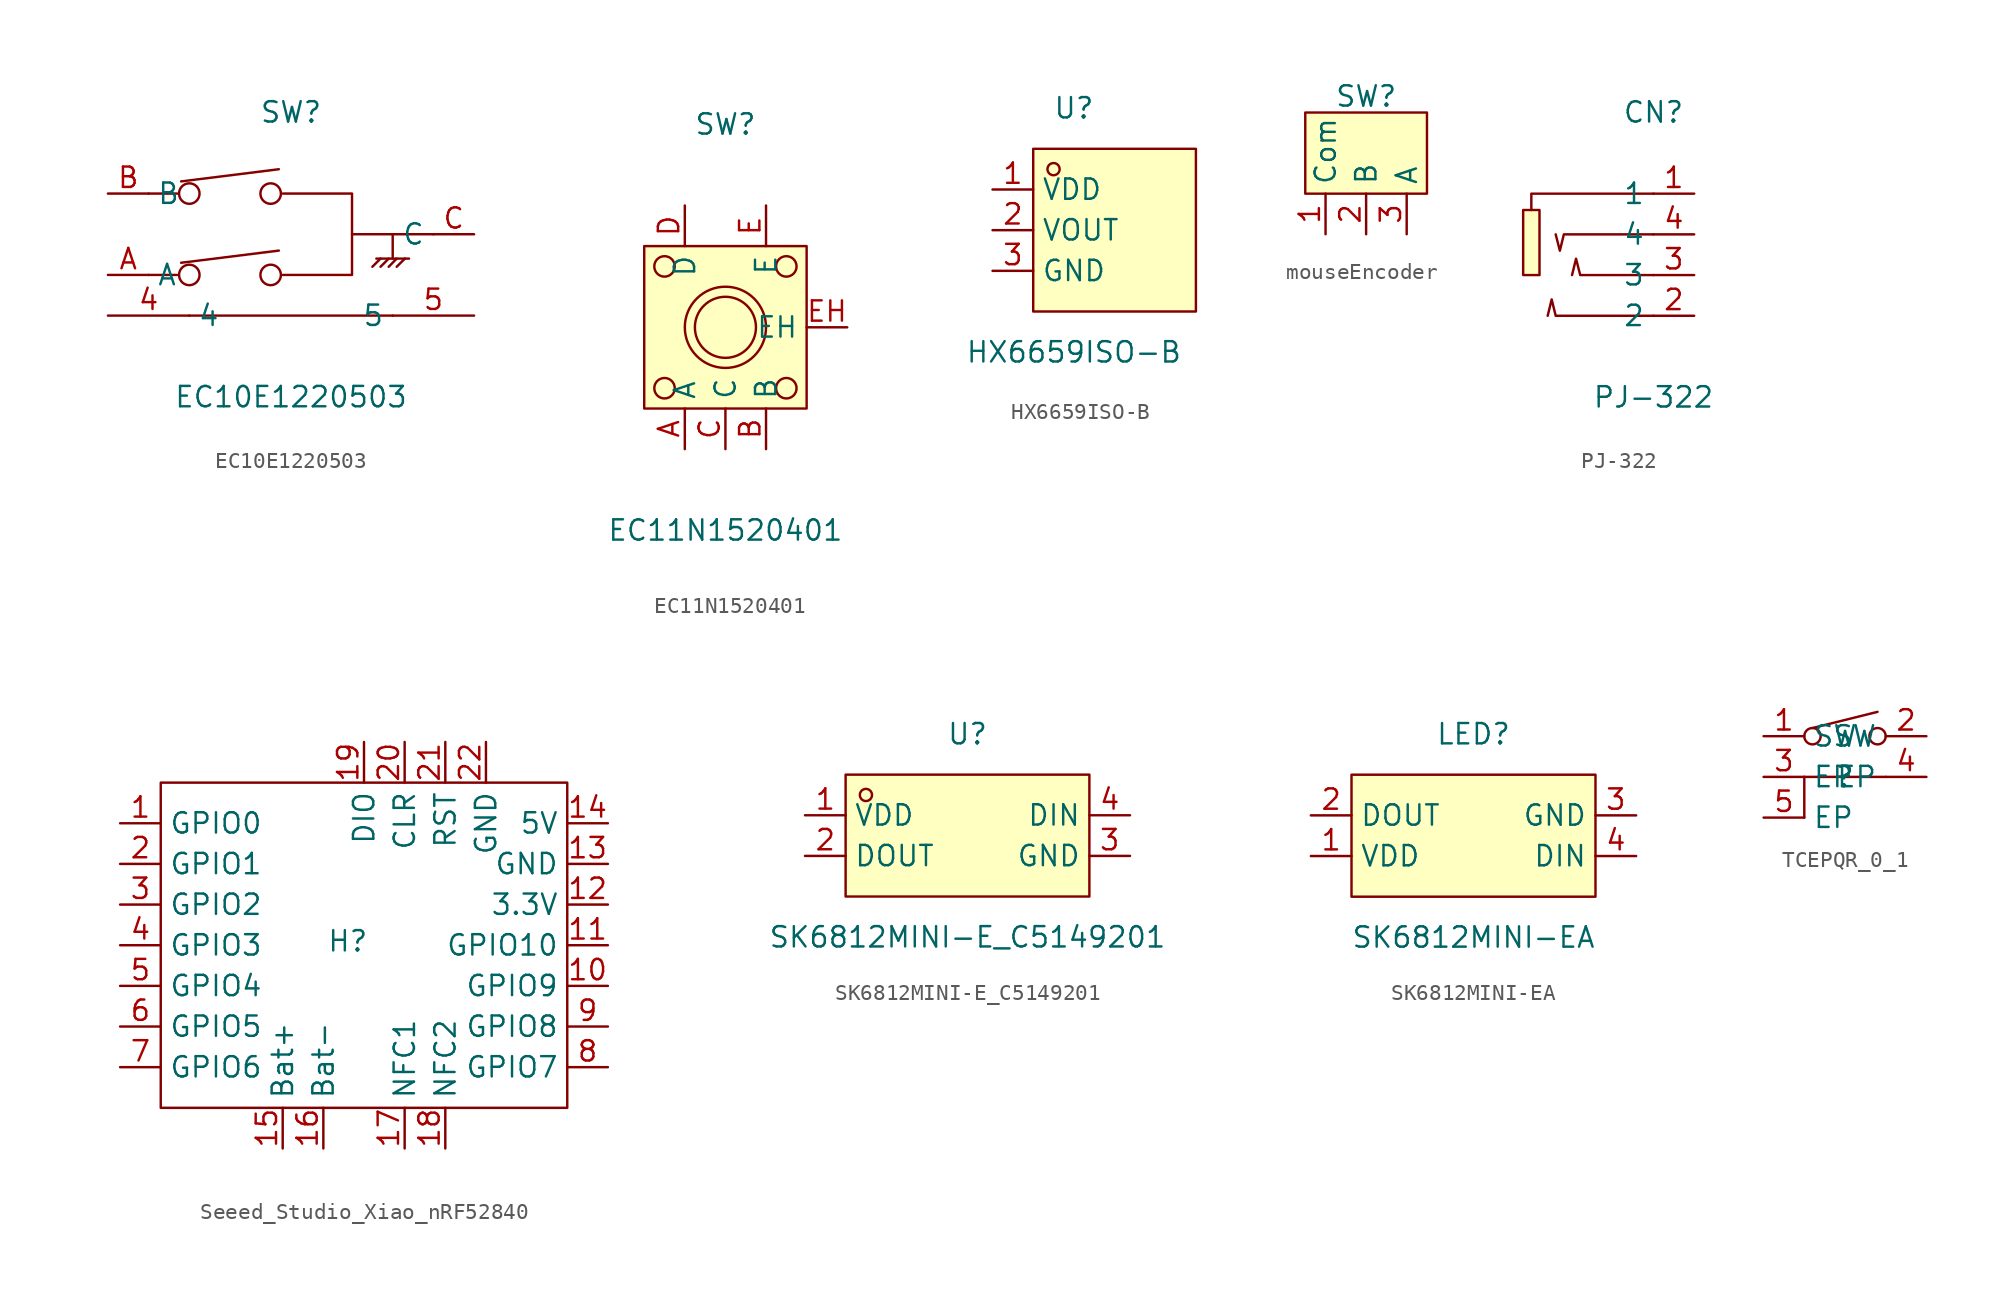
<source format=kicad_sym>
(kicad_symbol_lib
  (version 20241209)
  (generator "kicad_symbol_editor")
  (generator_version "9.0")
  (symbol "EC10E1220503"
    (property "Reference" "SW"
      (at 0 7.62 0)
      (effects (font (size 1.27 1.27))))
    (property "Value" "EC10E1220503"
      (at 0 -10.16 0)
      (effects (font (size 1.27 1.27))))
    (symbol "EC10E1220503_0_1"
      (polyline (pts (xy -7.11 2.54) (xy -8.89 2.54)) (stroke (width 0) (type default)) (fill (type none)))
      (polyline (pts (xy -7.11 -2.54) (xy -8.89 -2.54)) (stroke (width 0) (type default)) (fill (type none)))
      (circle (center -6.35 2.54) (radius 0.64) (stroke (width 0) (type default)) (fill (type none)))
      (circle (center -6.35 -2.54) (radius 0.64) (stroke (width 0) (type default)) (fill (type none)))
      (polyline (pts (xy -6.35 -5.08) (xy 6.35 -5.08)) (stroke (width 0) (type default)) (fill (type none)))
      (circle (center -1.27 2.54) (radius 0.64) (stroke (width 0) (type default)) (fill (type none)))
      (circle (center -1.27 -2.54) (radius 0.64) (stroke (width 0) (type default)) (fill (type none)))
      (polyline (pts (xy -0.76 4.06) (xy -6.86 3.3)) (stroke (width 0) (type default)) (fill (type none)))
      (polyline (pts (xy -0.76 -1.02) (xy -6.86 -1.78)) (stroke (width 0) (type default)) (fill (type none)))
      (polyline (pts (xy -0.51 2.54) (xy 3.81 2.54) (xy 3.81 -2.54) (xy -0.51 -2.54)) (stroke (width 0) (type default)) (fill (type none)))
      (polyline (pts (xy 3.81 0) (xy 8.89 0)) (stroke (width 0) (type default)) (fill (type none)))
      (polyline (pts (xy 5.33 -1.52) (xy 7.37 -1.52)) (stroke (width 0) (type default)) (fill (type none)))
      (polyline (pts (xy 5.59 -1.52) (xy 5.08 -2.03)) (stroke (width 0) (type default)) (fill (type none)))
      (polyline (pts (xy 6.1 -1.52) (xy 5.59 -2.03)) (stroke (width 0) (type default)) (fill (type none)))
      (polyline (pts (xy 6.35 0) (xy 6.35 -1.52)) (stroke (width 0) (type default)) (fill (type none)))
      (polyline (pts (xy 6.6 -1.52) (xy 6.1 -2.03)) (stroke (width 0) (type default)) (fill (type none)))
      (polyline (pts (xy 7.11 -1.52) (xy 6.6 -2.03)) (stroke (width 0) (type default)) (fill (type none)))
      (pin unspecified line (at -11.43 2.54 0) (length 2.54) (name "B" (effects (font (size 1.27 1.27)))) (number "B" (effects (font (size 1.27 1.27)))))
      (pin unspecified line (at -11.43 -2.54 0) (length 2.54) (name "A" (effects (font (size 1.27 1.27)))) (number "A" (effects (font (size 1.27 1.27)))))
      (pin unspecified line (at -11.43 -5.08 0) (length 5.08) (name "4" (effects (font (size 1.27 1.27)))) (number "4" (effects (font (size 1.27 1.27)))))
      (pin unspecified line (at 11.43 0 180) (length 2.54) (name "C" (effects (font (size 1.27 1.27)))) (number "C" (effects (font (size 1.27 1.27)))))
      (pin unspecified line (at 11.43 -5.08 180) (length 5.08) (name "5" (effects (font (size 1.27 1.27)))) (number "5" (effects (font (size 1.27 1.27)))))))
  (symbol "EC11N1520401"
    (property "Reference" "SW"
      (at 0 12.7 0)
      (effects (font (size 1.27 1.27))))
    (property "Value" "EC11N1520401"
      (at 0 -12.7 0)
      (effects (font (size 1.27 1.27))))
    (symbol "EC11N1520401_0_1"
      (rectangle (start -5.08 5.08) (end 5.08 -5.08) (stroke (width 0) (type default)) (fill (type background)))
      (circle (center -3.81 3.81) (radius 0.64) (stroke (width 0) (type default)) (fill (type none)))
      (circle (center -3.81 -3.81) (radius 0.64) (stroke (width 0) (type default)) (fill (type none)))
      (circle (center 0 0) (radius 1.91) (stroke (width 0) (type default)) (fill (type none)))
      (circle (center 0 0) (radius 2.54) (stroke (width 0) (type default)) (fill (type none)))
      (circle (center 3.81 3.81) (radius 0.64) (stroke (width 0) (type default)) (fill (type none)))
      (circle (center 3.81 -3.81) (radius 0.64) (stroke (width 0) (type default)) (fill (type none)))
      (pin unspecified line (at -2.54 7.62 270) (length 2.54) (name "D" (effects (font (size 1.27 1.27)))) (number "D" (effects (font (size 1.27 1.27)))))
      (pin unspecified line (at -2.54 -7.62 90) (length 2.54) (name "A" (effects (font (size 1.27 1.27)))) (number "A" (effects (font (size 1.27 1.27)))))
      (pin unspecified line (at 0 -7.62 90) (length 2.54) (name "C" (effects (font (size 1.27 1.27)))) (number "C" (effects (font (size 1.27 1.27)))))
      (pin unspecified line (at 2.54 7.62 270) (length 2.54) (name "E" (effects (font (size 1.27 1.27)))) (number "E" (effects (font (size 1.27 1.27)))))
      (pin unspecified line (at 2.54 -7.62 90) (length 2.54) (name "B" (effects (font (size 1.27 1.27)))) (number "B" (effects (font (size 1.27 1.27)))))
      (pin unspecified line (at 7.62 0 180) (length 2.54) (name "EH" (effects (font (size 1.27 1.27)))) (number "EH" (effects (font (size 1.27 1.27)))))))
  (symbol "HX6659ISO-B"
    (property "Reference" "U"
      (at 0 7.62 0)
      (effects (font (size 1.27 1.27))))
    (property "Value" "HX6659ISO-B"
      (at 0 -7.62 0)
      (effects (font (size 1.27 1.27))))
    (symbol "HX6659ISO-B_0_1"
      (rectangle (start -2.54 5.08) (end 7.62 -5.08) (stroke (width 0) (type default)) (fill (type background)))
      (circle (center -1.27 3.81) (radius 0.38) (stroke (width 0) (type default)) (fill (type none)))
      (pin unspecified line (at -5.08 2.54 0) (length 2.54) (name "VDD" (effects (font (size 1.27 1.27)))) (number "1" (effects (font (size 1.27 1.27)))))
      (pin unspecified line (at -5.08 0 0) (length 2.54) (name "VOUT" (effects (font (size 1.27 1.27)))) (number "2" (effects (font (size 1.27 1.27)))))
      (pin unspecified line (at -5.08 -2.54 0) (length 2.54) (name "GND" (effects (font (size 1.27 1.27)))) (number "3" (effects (font (size 1.27 1.27)))))))
  (symbol "mouseEncoder"
    (property "Reference" "SW"
      (at 0 4.826 0)
      (effects (font (size 1.27 1.27))))
    (property "Value" ""
      (at 0 0 0)
      (effects (font (size 1.27 1.27))))
    (symbol "mouseEncoder_1_1"
      (rectangle (start -3.81 3.81) (end 3.81 -1.27) (stroke (width 0) (type default)) (fill (type background)))
      (pin input line (at -2.54 -3.81 90) (length 2.54) (name "Com" (effects (font (size 1.27 1.27)))) (number "1" (effects (font (size 1.27 1.27)))))
      (pin output line (at 0 -3.81 90) (length 2.54) (name "B" (effects (font (size 1.27 1.27)))) (number "2" (effects (font (size 1.27 1.27)))))
      (pin output line (at 2.54 -3.81 90) (length 2.54) (name "A" (effects (font (size 1.27 1.27)))) (number "3" (effects (font (size 1.27 1.27)))))))
  (symbol "PJ-322"
    (property "Reference" "CN"
      (at 0 7.62 0)
      (effects (font (size 1.27 1.27))))
    (property "Value" "PJ-322"
      (at 0 -10.16 0)
      (effects (font (size 1.27 1.27))))
    (symbol "PJ-322_0_1"
      (rectangle (start -8.13 1.52) (end -7.11 -2.54) (stroke (width 0) (type default)) (fill (type background)))
      (polyline (pts (xy 0 2.54) (xy -7.62 2.54) (xy -7.62 1.52)) (stroke (width 0) (type default)) (fill (type none)))
      (polyline (pts (xy 0 0) (xy -5.59 0) (xy -5.84 -1.02) (xy -6.1 0)) (stroke (width 0) (type default)) (fill (type none)))
      (polyline (pts (xy 0 -2.54) (xy -4.57 -2.54) (xy -4.83 -1.52) (xy -5.08 -2.54)) (stroke (width 0) (type default)) (fill (type none)))
      (polyline (pts (xy 0 -5.08) (xy -6.1 -5.08) (xy -6.35 -4.06) (xy -6.6 -5.08)) (stroke (width 0) (type default)) (fill (type none)))
      (pin unspecified line (at 2.54 2.54 180) (length 2.54) (name "1" (effects (font (size 1.27 1.27)))) (number "1" (effects (font (size 1.27 1.27)))))
      (pin unspecified line (at 2.54 0 180) (length 2.54) (name "4" (effects (font (size 1.27 1.27)))) (number "4" (effects (font (size 1.27 1.27)))))
      (pin unspecified line (at 2.54 -2.54 180) (length 2.54) (name "3" (effects (font (size 1.27 1.27)))) (number "3" (effects (font (size 1.27 1.27)))))
      (pin unspecified line (at 2.54 -5.08 180) (length 2.54) (name "2" (effects (font (size 1.27 1.27)))) (number "2" (effects (font (size 1.27 1.27)))))))
  (symbol "Seeed_Studio_Xiao_nRF52840"
    (property "Reference" "H"
      (at 2.794 0.254 0)
      (effects (font (size 1.27 1.27))))
    (property "Value" ""
      (at 0 0 0)
      (effects (font (size 1.27 1.27))))
    (symbol "Seeed_Studio_Xiao_nRF52840_0_1"
      (rectangle (start -8.89 10.16) (end 16.51 -10.16) (stroke (width 0) (type default)) (fill (type none))))
    (symbol "Seeed_Studio_Xiao_nRF52840_1_1"
      (pin input line (at -11.43 7.62 0) (length 2.54) (name "GPIO0" (effects (font (size 1.27 1.27)))) (number "1" (effects (font (size 1.27 1.27)))))
      (pin input line (at -11.43 5.08 0) (length 2.54) (name "GPIO1" (effects (font (size 1.27 1.27)))) (number "2" (effects (font (size 1.27 1.27)))))
      (pin input line (at -11.43 2.54 0) (length 2.54) (name "GPIO2" (effects (font (size 1.27 1.27)))) (number "3" (effects (font (size 1.27 1.27)))))
      (pin input line (at -11.43 0 0) (length 2.54) (name "GPIO3" (effects (font (size 1.27 1.27)))) (number "4" (effects (font (size 1.27 1.27)))))
      (pin input line (at -11.43 -2.54 0) (length 2.54) (name "GPIO4" (effects (font (size 1.27 1.27)))) (number "5" (effects (font (size 1.27 1.27)))))
      (pin input line (at -11.43 -5.08 0) (length 2.54) (name "GPIO5" (effects (font (size 1.27 1.27)))) (number "6" (effects (font (size 1.27 1.27)))))
      (pin input line (at -11.43 -7.62 0) (length 2.54) (name "GPIO6" (effects (font (size 1.27 1.27)))) (number "7" (effects (font (size 1.27 1.27)))))
      (pin input line (at -1.27 -12.7 90) (length 2.54) (name "Bat+" (effects (font (size 1.27 1.27)))) (number "15" (effects (font (size 1.27 1.27)))))
      (pin input line (at 1.27 -12.7 90) (length 2.54) (name "Bat-" (effects (font (size 1.27 1.27)))) (number "16" (effects (font (size 1.27 1.27)))))
      (pin input line (at 3.81 12.7 270) (length 2.54) (name "DIO" (effects (font (size 1.27 1.27)))) (number "19" (effects (font (size 1.27 1.27)))))
      (pin input line (at 6.35 12.7 270) (length 2.54) (name "CLR" (effects (font (size 1.27 1.27)))) (number "20" (effects (font (size 1.27 1.27)))))
      (pin input line (at 6.35 -12.7 90) (length 2.54) (name "NFC1" (effects (font (size 1.27 1.27)))) (number "17" (effects (font (size 1.27 1.27)))))
      (pin input line (at 8.89 12.7 270) (length 2.54) (name "RST" (effects (font (size 1.27 1.27)))) (number "21" (effects (font (size 1.27 1.27)))))
      (pin input line (at 8.89 -12.7 90) (length 2.54) (name "NFC2" (effects (font (size 1.27 1.27)))) (number "18" (effects (font (size 1.27 1.27)))))
      (pin input line (at 11.43 12.7 270) (length 2.54) (name "GND" (effects (font (size 1.27 1.27)))) (number "22" (effects (font (size 1.27 1.27)))))
      (pin input line (at 19.05 7.62 180) (length 2.54) (name "5V" (effects (font (size 1.27 1.27)))) (number "14" (effects (font (size 1.27 1.27)))))
      (pin input line (at 19.05 5.08 180) (length 2.54) (name "GND" (effects (font (size 1.27 1.27)))) (number "13" (effects (font (size 1.27 1.27)))))
      (pin input line (at 19.05 2.54 180) (length 2.54) (name "3.3V" (effects (font (size 1.27 1.27)))) (number "12" (effects (font (size 1.27 1.27)))))
      (pin input line (at 19.05 0 180) (length 2.54) (name "GPIO10" (effects (font (size 1.27 1.27)))) (number "11" (effects (font (size 1.27 1.27)))))
      (pin input line (at 19.05 -2.54 180) (length 2.54) (name "GPIO9" (effects (font (size 1.27 1.27)))) (number "10" (effects (font (size 1.27 1.27)))))
      (pin input line (at 19.05 -5.08 180) (length 2.54) (name "GPIO8" (effects (font (size 1.27 1.27)))) (number "9" (effects (font (size 1.27 1.27)))))
      (pin input line (at 19.05 -7.62 180) (length 2.54) (name "GPIO7" (effects (font (size 1.27 1.27)))) (number "8" (effects (font (size 1.27 1.27)))))))
  (symbol "SK6812MINI-E_C5149201"
    (property "Reference" "U"
      (at 0 7.62 0)
      (effects (font (size 1.27 1.27))))
    (property "Value" "SK6812MINI-E_C5149201"
      (at 0 -5.08 0)
      (effects (font (size 1.27 1.27))))
    (symbol "SK6812MINI-E_C5149201_0_1"
      (rectangle (start -7.62 5.08) (end 7.62 -2.54) (stroke (width 0) (type default)) (fill (type background)))
      (circle (center -6.35 3.81) (radius 0.38) (stroke (width 0) (type default)) (fill (type none)))
      (pin unspecified line (at -10.16 2.54 0) (length 2.54) (name "VDD" (effects (font (size 1.27 1.27)))) (number "1" (effects (font (size 1.27 1.27)))))
      (pin unspecified line (at -10.16 0 0) (length 2.54) (name "DOUT" (effects (font (size 1.27 1.27)))) (number "2" (effects (font (size 1.27 1.27)))))
      (pin unspecified line (at 10.16 2.54 180) (length 2.54) (name "DIN" (effects (font (size 1.27 1.27)))) (number "4" (effects (font (size 1.27 1.27)))))
      (pin unspecified line (at 10.16 0 180) (length 2.54) (name "GND" (effects (font (size 1.27 1.27)))) (number "3" (effects (font (size 1.27 1.27)))))))
  (symbol "SK6812MINI-EA"
    (property "Reference" "LED"
      (at 0 6.35 0)
      (effects (font (size 1.27 1.27))))
    (property "Value" "SK6812MINI-EA"
      (at 0 -6.35 0)
      (effects (font (size 1.27 1.27))))
    (symbol "SK6812MINI-EA_0_1"
      (rectangle (start -7.62 3.81) (end 7.62 -3.81) (stroke (width 0) (type default)) (fill (type background)))
      (pin unspecified line (at -10.16 1.27 0) (length 2.54) (name "DOUT" (effects (font (size 1.27 1.27)))) (number "2" (effects (font (size 1.27 1.27)))))
      (pin unspecified line (at -10.16 -1.27 0) (length 2.54) (name "VDD" (effects (font (size 1.27 1.27)))) (number "1" (effects (font (size 1.27 1.27)))))
      (pin unspecified line (at 10.16 1.27 180) (length 2.54) (name "GND" (effects (font (size 1.27 1.27)))) (number "3" (effects (font (size 1.27 1.27)))))
      (pin unspecified line (at 10.16 -1.27 180) (length 2.54) (name "DIN" (effects (font (size 1.27 1.27)))) (number "4" (effects (font (size 1.27 1.27)))))))
  (symbol "TCEPQR_0_1"
    (property "Reference" ""
      (at 0 0 0)
      (effects (font (size 1.27 1.27))))
    (property "Value" ""
      (at 0 0 0)
      (effects (font (size 1.27 1.27))))
    (symbol "TCEPQR_0_1_1_1"
      (polyline (pts (xy -2.54 0) (xy 2.54 0)) (stroke (width 0) (type default)) (fill (type none)))
      (polyline (pts (xy -2.54 -2.54) (xy -2.54 0)) (stroke (width 0) (type default)) (fill (type none)))
      (circle (center -2.03 2.54) (radius 0.51) (stroke (width 0) (type default)) (fill (type none)))
      (polyline (pts (xy 2.03 4.06) (xy -2.03 3.05)) (stroke (width 0) (type default)) (fill (type none)))
      (circle (center 2.03 2.54) (radius 0.51) (stroke (width 0) (type default)) (fill (type none)))
      (pin unspecified line (at -5.08 2.54 0) (length 2.54) (name "SW" (effects (font (size 1.27 1.27)))) (number "1" (effects (font (size 1.27 1.27)))))
      (pin unspecified line (at -5.08 0 0) (length 2.54) (name "EP" (effects (font (size 1.27 1.27)))) (number "3" (effects (font (size 1.27 1.27)))))
      (pin unspecified line (at -5.08 -2.54 0) (length 2.54) (name "EP" (effects (font (size 1.27 1.27)))) (number "5" (effects (font (size 1.27 1.27)))))
      (pin unspecified line (at 5.08 2.54 180) (length 2.54) (name "SW" (effects (font (size 1.27 1.27)))) (number "2" (effects (font (size 1.27 1.27)))))
      (pin unspecified line (at 5.08 0 180) (length 2.54) (name "EP" (effects (font (size 1.27 1.27)))) (number "4" (effects (font (size 1.27 1.27))))))))
</source>
